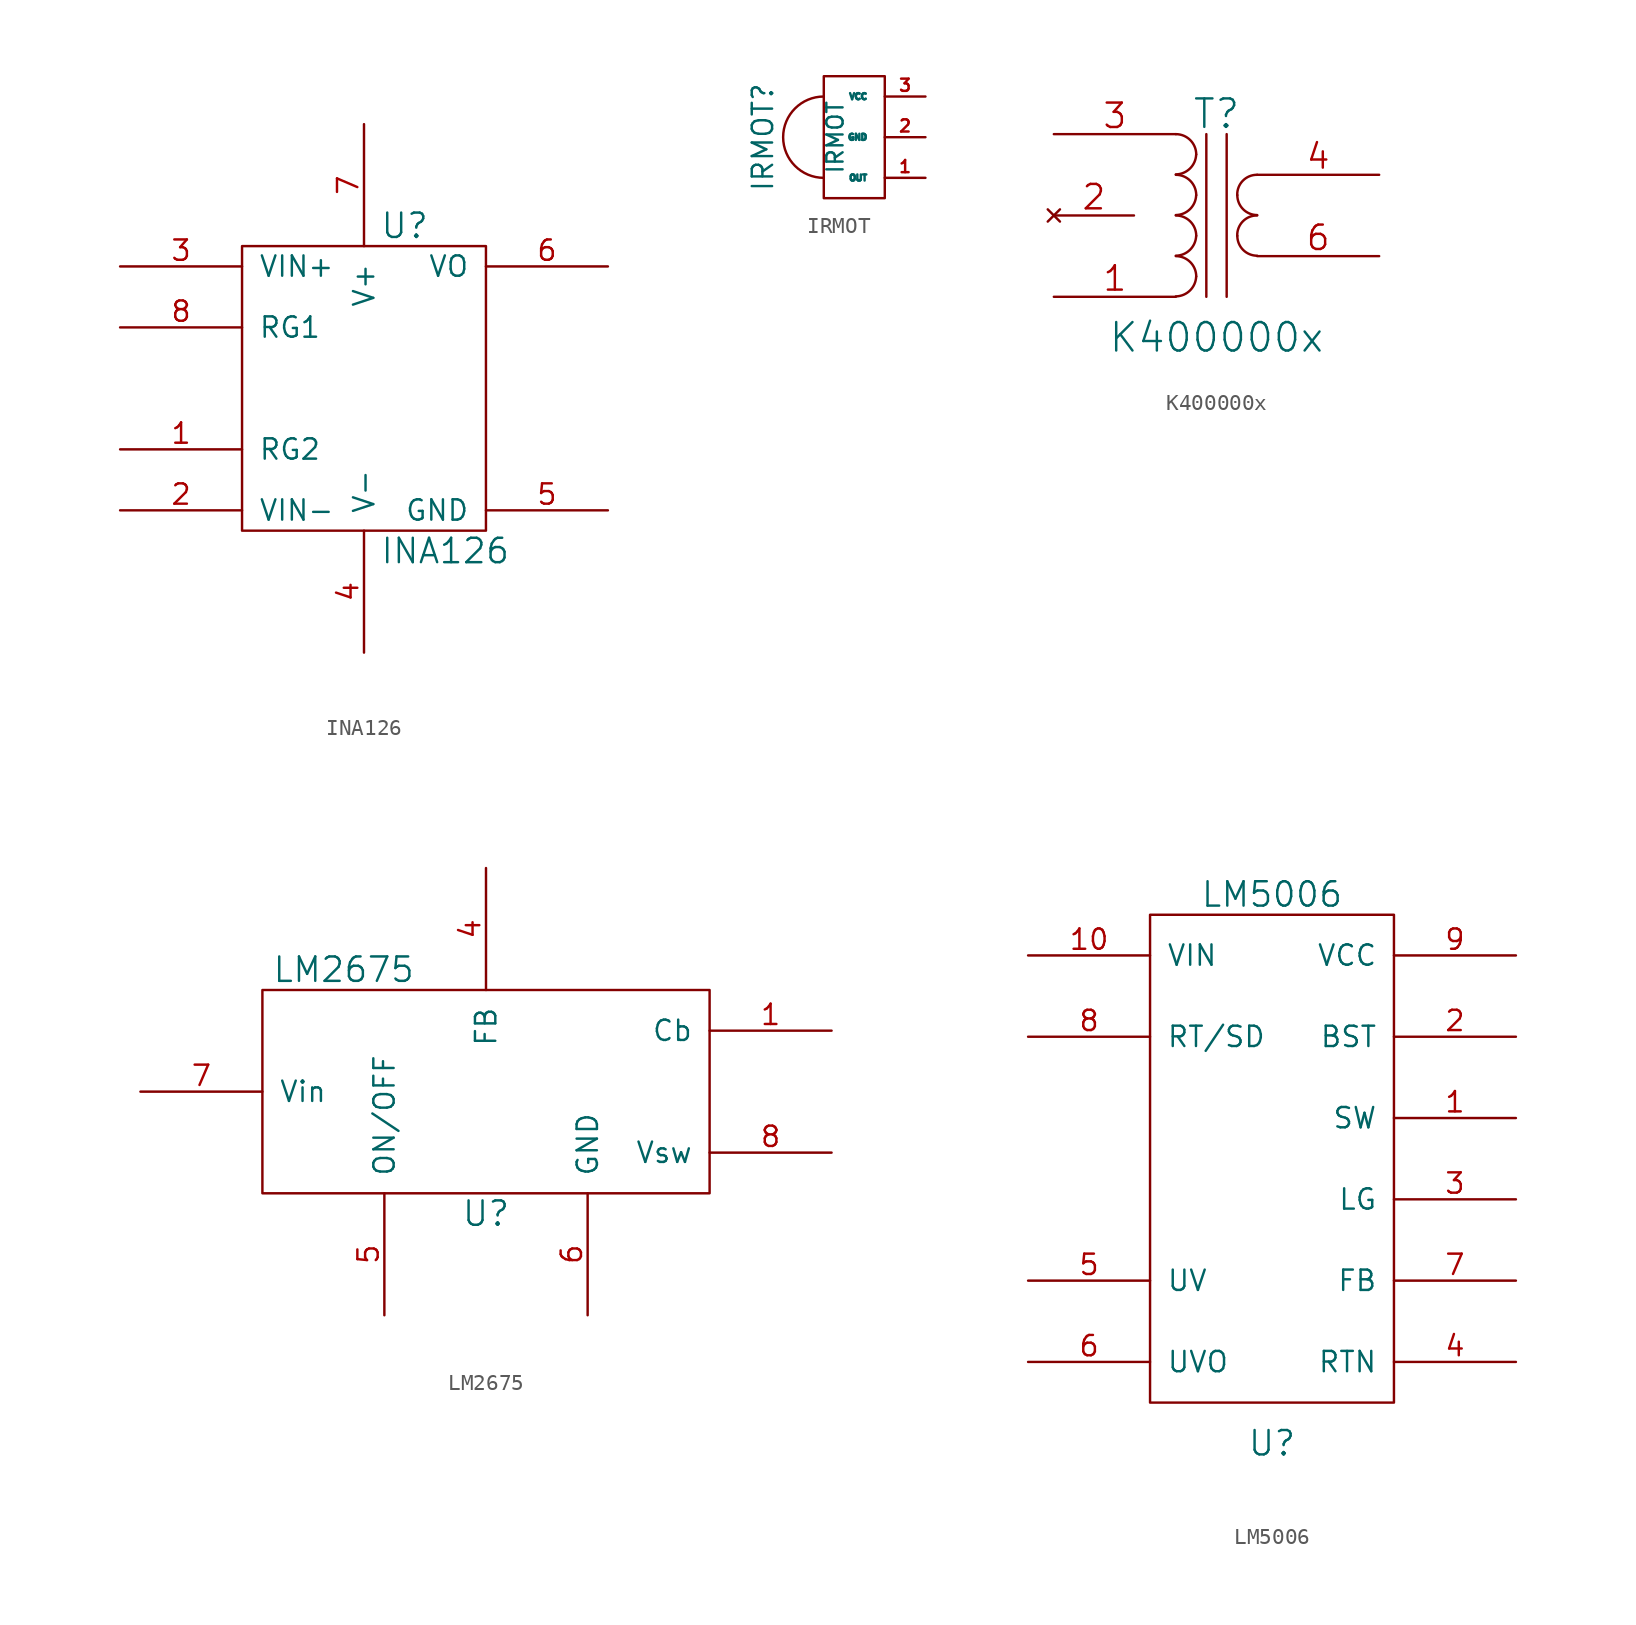
<source format=kicad_sym>
(kicad_symbol_lib
  (version 20231120)
  (generator "kicad_symbol_editor")
  (generator_version "8.0")
  (symbol "INA126"
    (pin_names
      (offset 1.016))
    (property "Reference" "U"
      (at 2.54 10.16 0)
      (effects (font (size 1.524 1.524))))
    (property "Value" "INA126"
      (at 5.08 -10.16 0)
      (effects (font (size 1.524 1.524))))
    (property "Footprint" ""
      (at 0 0 0)
      (effects (font (size 1.524 1.524))))
    (property "Datasheet" ""
      (at 0 0 0)
      (effects (font (size 1.524 1.524))))
    (symbol "INA126_0_1"
      (rectangle (start -7.62 8.89) (end 7.62 -8.89) (stroke (width 0) (type solid)) (fill (type none))))
    (symbol "INA126_1_1"
      (pin input line (at -15.24 -3.81 0) (length 7.62) (name "RG2" (effects (font (size 1.27 1.27)))) (number "1" (effects (font (size 1.27 1.27)))))
      (pin input line (at -15.24 -7.62 0) (length 7.62) (name "VIN-" (effects (font (size 1.27 1.27)))) (number "2" (effects (font (size 1.27 1.27)))))
      (pin input line (at -15.24 7.62 0) (length 7.62) (name "VIN+" (effects (font (size 1.27 1.27)))) (number "3" (effects (font (size 1.27 1.27)))))
      (pin power_in line (at 0 -16.51 90) (length 7.62) (name "V-" (effects (font (size 1.27 1.27)))) (number "4" (effects (font (size 1.27 1.27)))))
      (pin bidirectional line (at 15.24 -7.62 180) (length 7.62) (name "GND" (effects (font (size 1.27 1.27)))) (number "5" (effects (font (size 1.27 1.27)))))
      (pin output line (at 15.24 7.62 180) (length 7.62) (name "VO" (effects (font (size 1.27 1.27)))) (number "6" (effects (font (size 1.27 1.27)))))
      (pin power_in line (at 0 16.51 270) (length 7.62) (name "V+" (effects (font (size 1.27 1.27)))) (number "7" (effects (font (size 1.27 1.27)))))
      (pin input line (at -15.24 3.81 0) (length 7.62) (name "RG1" (effects (font (size 1.27 1.27)))) (number "8" (effects (font (size 1.27 1.27)))))))
  (symbol "IRMOT"
    (pin_names
      (offset 1.016))
    (property "Reference" "IRMOT"
      (at -3.81 0 90)
      (effects (font (size 1.27 1.27))))
    (property "Value" "IRMOT"
      (at 0.711 0 90)
      (effects (font (size 1.016 1.016))))
    (property "Footprint" ""
      (at 0 0 0)
      (effects (font (size 1.524 1.524))))
    (property "Datasheet" ""
      (at 0 0 0)
      (effects (font (size 1.524 1.524))))
    (symbol "IRMOT_0_0"
      (arc (start 0 2.54) (mid -2.54 0) (end 0 -2.54) (stroke (width 0) (type solid)) (fill (type none)))
      (rectangle (start 3.81 3.81) (end 0 -3.81) (stroke (width 0) (type solid)) (fill (type none))))
    (symbol "IRMOT_1_1"
      (pin input line (at 6.35 -2.54 180) (length 2.54) (name "OUT" (effects (font (size 0.381 0.381)))) (number "1" (effects (font (size 0.762 0.762)))))
      (pin input line (at 6.35 0 180) (length 2.54) (name "GND" (effects (font (size 0.381 0.381)))) (number "2" (effects (font (size 0.762 0.762)))))
      (pin input line (at 6.35 2.54 180) (length 2.54) (name "VCC" (effects (font (size 0.381 0.381)))) (number "3" (effects (font (size 0.762 0.762)))))))
  (symbol "K400000x"
    (pin_names
      (offset 1.016) hide)
    (property "Reference" "T"
      (at 0 6.35 0)
      (effects (font (size 1.778 1.778))))
    (property "Value" "K400000x"
      (at 0 -7.62 0)
      (effects (font (size 1.778 1.778))))
    (property "Footprint" ""
      (at 0 0 0)
      (effects (font (size 1.524 1.524))))
    (property "Datasheet" ""
      (at 0 0 0)
      (effects (font (size 1.524 1.524))))
    (symbol "K400000x_0_1"
      (arc (start -2.54 -5.0546) (mid -1.6599 -4.6901) (end -1.27 -3.81) (stroke (width 0) (type solid)) (fill (type none)))
      (arc (start -2.54 -2.5146) (mid -1.6599 -2.1501) (end -1.27 -1.27) (stroke (width 0) (type solid)) (fill (type none)))
      (arc (start -2.54 0.0254) (mid -1.6599 0.3899) (end -1.27 1.27) (stroke (width 0) (type solid)) (fill (type none)))
      (arc (start -2.54 2.5654) (mid -1.6599 2.9299) (end -1.27 3.81) (stroke (width 0) (type solid)) (fill (type none)))
      (arc (start -1.27 -3.81) (mid -1.642 -2.912) (end -2.54 -2.54) (stroke (width 0) (type solid)) (fill (type none)))
      (arc (start -1.27 -1.27) (mid -1.642 -0.372) (end -2.54 0) (stroke (width 0) (type solid)) (fill (type none)))
      (arc (start -1.27 1.27) (mid -1.642 2.168) (end -2.54 2.54) (stroke (width 0) (type solid)) (fill (type none)))
      (arc (start -1.27 3.81) (mid -1.642 4.708) (end -2.54 5.08) (stroke (width 0) (type solid)) (fill (type none)))
      (polyline (pts (xy -0.635 5.08) (xy -0.635 -5.08)) (stroke (width 0) (type solid)) (fill (type none)))
      (polyline (pts (xy 0.635 -5.08) (xy 0.635 5.08)) (stroke (width 0) (type solid)) (fill (type none)))
      (arc (start 1.2954 -1.27) (mid 1.6599 -2.1501) (end 2.54 -2.5146) (stroke (width 0) (type solid)) (fill (type none)))
      (arc (start 1.2954 1.27) (mid 1.6599 0.3899) (end 2.54 0.0254) (stroke (width 0) (type solid)) (fill (type none)))
      (arc (start 2.54 0) (mid 1.642 -0.372) (end 1.2954 -1.27) (stroke (width 0) (type solid)) (fill (type none)))
      (arc (start 2.54 2.54) (mid 1.642 2.168) (end 1.2954 1.27) (stroke (width 0) (type solid)) (fill (type none))))
    (symbol "K400000x_1_1"
      (pin passive line (at -10.16 -5.08 0) (length 7.62) (name "AB" (effects (font (size 1.524 1.524)))) (number "1" (effects (font (size 1.524 1.524)))))
      (pin no_connect line (at -10.16 0 0) (length 5.004) (name "~" (effects (font (size 1.524 1.524)))) (number "2" (effects (font (size 1.524 1.524)))))
      (pin passive line (at -10.16 5.08 0) (length 7.62) (name "AA" (effects (font (size 1.524 1.524)))) (number "3" (effects (font (size 1.524 1.524)))))
      (pin passive line (at 10.16 2.54 180) (length 7.62) (name "SB" (effects (font (size 1.524 1.524)))) (number "4" (effects (font (size 1.524 1.524)))))
      (pin passive line (at 10.16 -2.54 180) (length 7.62) (name "SA" (effects (font (size 1.524 1.524)))) (number "6" (effects (font (size 1.524 1.524)))))))
  (symbol "LM2675"
    (pin_names
      (offset 1.016))
    (property "Reference" "U"
      (at 0 -7.62 0)
      (effects (font (size 1.524 1.524))))
    (property "Value" "LM2675"
      (at -8.89 7.62 0)
      (effects (font (size 1.524 1.524))))
    (property "Footprint" ""
      (at 0 0 0)
      (effects (font (size 1.524 1.524))))
    (property "Datasheet" ""
      (at 0 0 0)
      (effects (font (size 1.524 1.524))))
    (symbol "LM2675_0_1"
      (rectangle (start 13.97 6.35) (end -13.97 -6.35) (stroke (width 0) (type solid)) (fill (type none))))
    (symbol "LM2675_1_1"
      (pin input line (at 21.59 3.81 180) (length 7.62) (name "Cb" (effects (font (size 1.27 1.27)))) (number "1" (effects (font (size 1.27 1.27)))))
      (pin input line (at 0 13.97 270) (length 7.62) (name "FB" (effects (font (size 1.27 1.27)))) (number "4" (effects (font (size 1.27 1.27)))))
      (pin input line (at -6.35 -13.97 90) (length 7.62) (name "ON/OFF" (effects (font (size 1.27 1.27)))) (number "5" (effects (font (size 1.27 1.27)))))
      (pin input line (at 6.35 -13.97 90) (length 7.62) (name "GND" (effects (font (size 1.27 1.27)))) (number "6" (effects (font (size 1.27 1.27)))))
      (pin input line (at -21.59 0 0) (length 7.62) (name "Vin" (effects (font (size 1.27 1.27)))) (number "7" (effects (font (size 1.27 1.27)))))
      (pin input line (at 21.59 -3.81 180) (length 7.62) (name "Vsw" (effects (font (size 1.27 1.27)))) (number "8" (effects (font (size 1.27 1.27)))))))
  (symbol "LM5006"
    (pin_names
      (offset 1.016))
    (property "Reference" "U"
      (at 0 -17.78 0)
      (effects (font (size 1.524 1.524))))
    (property "Value" "LM5006"
      (at 0 16.51 0)
      (effects (font (size 1.524 1.524))))
    (property "Footprint" ""
      (at 0 0 0)
      (effects (font (size 1.524 1.524))))
    (property "Datasheet" ""
      (at 0 0 0)
      (effects (font (size 1.524 1.524))))
    (symbol "LM5006_0_1"
      (rectangle (start -7.62 15.24) (end 7.62 -15.24) (stroke (width 0) (type solid)) (fill (type none))))
    (symbol "LM5006_1_1"
      (pin power_out line (at 15.24 2.54 180) (length 7.62) (name "SW" (effects (font (size 1.27 1.27)))) (number "1" (effects (font (size 1.27 1.27)))))
      (pin power_in line (at -15.24 12.7 0) (length 7.62) (name "VIN" (effects (font (size 1.27 1.27)))) (number "10" (effects (font (size 1.27 1.27)))))
      (pin input line (at 15.24 7.62 180) (length 7.62) (name "BST" (effects (font (size 1.27 1.27)))) (number "2" (effects (font (size 1.27 1.27)))))
      (pin output line (at 15.24 -2.54 180) (length 7.62) (name "LG" (effects (font (size 1.27 1.27)))) (number "3" (effects (font (size 1.27 1.27)))))
      (pin power_in line (at 15.24 -12.7 180) (length 7.62) (name "RTN" (effects (font (size 1.27 1.27)))) (number "4" (effects (font (size 1.27 1.27)))))
      (pin input line (at -15.24 -7.62 0) (length 7.62) (name "UV" (effects (font (size 1.27 1.27)))) (number "5" (effects (font (size 1.27 1.27)))))
      (pin output line (at -15.24 -12.7 0) (length 7.62) (name "UVO" (effects (font (size 1.27 1.27)))) (number "6" (effects (font (size 1.27 1.27)))))
      (pin input line (at 15.24 -7.62 180) (length 7.62) (name "FB" (effects (font (size 1.27 1.27)))) (number "7" (effects (font (size 1.27 1.27)))))
      (pin input line (at -15.24 7.62 0) (length 7.62) (name "RT/SD" (effects (font (size 1.27 1.27)))) (number "8" (effects (font (size 1.27 1.27)))))
      (pin power_out line (at 15.24 12.7 180) (length 7.62) (name "VCC" (effects (font (size 1.27 1.27)))) (number "9" (effects (font (size 1.27 1.27))))))))
</source>
